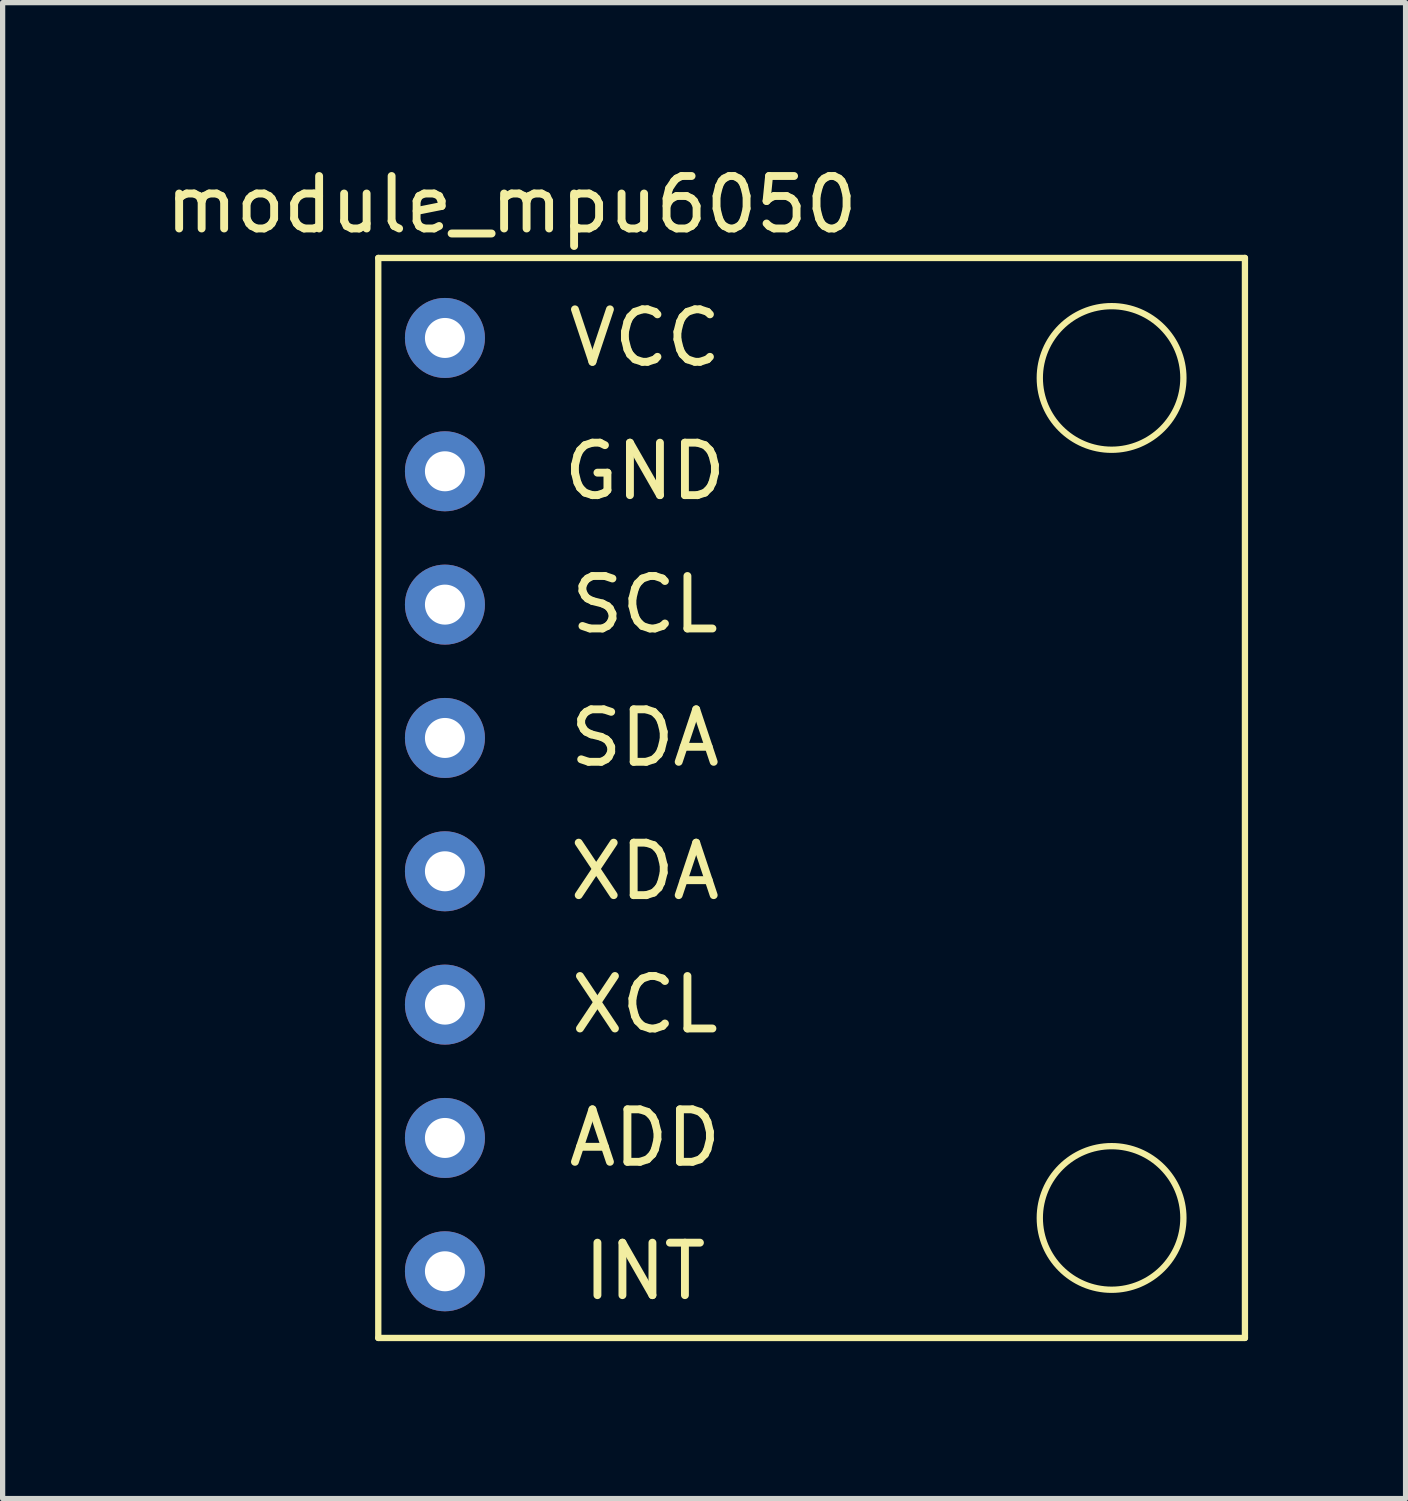
<source format=kicad_pcb>
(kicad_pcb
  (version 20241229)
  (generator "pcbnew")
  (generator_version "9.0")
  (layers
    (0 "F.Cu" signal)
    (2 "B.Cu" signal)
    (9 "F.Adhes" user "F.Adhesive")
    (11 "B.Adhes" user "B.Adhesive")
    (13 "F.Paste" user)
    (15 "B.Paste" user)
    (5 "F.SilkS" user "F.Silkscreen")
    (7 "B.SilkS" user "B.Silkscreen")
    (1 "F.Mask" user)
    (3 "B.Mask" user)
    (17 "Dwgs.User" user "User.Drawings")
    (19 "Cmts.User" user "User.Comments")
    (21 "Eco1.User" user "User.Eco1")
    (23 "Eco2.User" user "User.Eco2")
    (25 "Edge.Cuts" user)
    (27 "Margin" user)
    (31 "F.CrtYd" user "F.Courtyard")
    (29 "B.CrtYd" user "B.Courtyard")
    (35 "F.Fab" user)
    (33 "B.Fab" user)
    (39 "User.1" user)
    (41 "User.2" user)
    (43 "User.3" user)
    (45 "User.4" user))
  (footprint "module_mpu6050"
    (layer "F.Cu")
    (at 5.426 21.168)
    (property "Reference" "module_mpu6050" (at 1.27 -20.32 0) (layer "F.SilkS") (effects (font (size 1 1) (thickness 0.15))))
    (attr through_hole)
    (fp_line (start -1.27 -19.304) (end 15.24 -19.304) (stroke (width 0.12) (type solid)) (layer "F.SilkS"))
    (fp_line (start -1.27 1.27) (end -1.27 -19.304) (stroke (width 0.12) (type solid)) (layer "F.SilkS"))
    (fp_line (start 15.24 -19.304) (end 15.24 1.27) (stroke (width 0.12) (type solid)) (layer "F.SilkS"))
    (fp_line (start 15.24 1.27) (end -1.27 1.27) (stroke (width 0.12) (type solid)) (layer "F.SilkS"))
    (fp_circle (center 12.7 -17.018) (end 13.208 -15.748) (stroke (width 0.12) (type solid)) (fill no) (layer "F.SilkS"))
    (fp_circle (center 12.7 -1.016) (end 13.208 0.254) (stroke (width 0.12) (type solid)) (fill no) (layer "F.SilkS"))
    (fp_text user "VCC" (at 3.81 -17.78 0) (layer "F.SilkS") (effects (font (size 1 1) (thickness 0.15))))
    (fp_text user "SDA" (at 3.81 -10.16 0) (layer "F.SilkS") (effects (font (size 1 1) (thickness 0.15))))
    (fp_text user "INT" (at 3.81 0 0) (layer "F.SilkS") (effects (font (size 1 1) (thickness 0.15))))
    (fp_text user "ADD" (at 3.81 -2.54 0) (layer "F.SilkS") (effects (font (size 1 1) (thickness 0.15))))
    (fp_text user "XCL" (at 3.81 -5.08 0) (layer "F.SilkS") (effects (font (size 1 1) (thickness 0.15))))
    (fp_text user "XDA" (at 3.81 -7.62 0) (layer "F.SilkS") (effects (font (size 1 1) (thickness 0.15))))
    (fp_text user "GND" (at 3.81 -15.24 0) (layer "F.SilkS") (effects (font (size 1 1) (thickness 0.15))))
    (fp_text user "SCL" (at 3.81 -12.7 0) (layer "F.SilkS") (effects (font (size 1 1) (thickness 0.15))))
    (pad "1" thru_hole circle (at 0 -17.78) (size 1.524 1.524) (drill 0.762) (layers "*.Cu" "*.Mask"))
    (pad "2" thru_hole circle (at 0 -15.24) (size 1.524 1.524) (drill 0.762) (layers "*.Cu" "*.Mask"))
    (pad "3" thru_hole circle (at 0 -12.7) (size 1.524 1.524) (drill 0.762) (layers "*.Cu" "*.Mask"))
    (pad "4" thru_hole circle (at 0 -10.16) (size 1.524 1.524) (drill 0.762) (layers "*.Cu" "*.Mask"))
    (pad "5" thru_hole circle (at 0 -7.62) (size 1.524 1.524) (drill 0.762) (layers "*.Cu" "*.Mask"))
    (pad "6" thru_hole circle (at 0 -5.08) (size 1.524 1.524) (drill 0.762) (layers "*.Cu" "*.Mask"))
    (pad "7" thru_hole circle (at 0 -2.54) (size 1.524 1.524) (drill 0.762) (layers "*.Cu" "*.Mask"))
    (pad "8" thru_hole circle (at 0 0) (size 1.524 1.524) (drill 0.762) (layers "*.Cu" "*.Mask")))
  (gr_rect
    (start -3 -3)
    (end 23.726 25.498)
    (stroke (width 0.1) (type default))
    (fill no)
    (layer "Edge.Cuts")))
</source>
